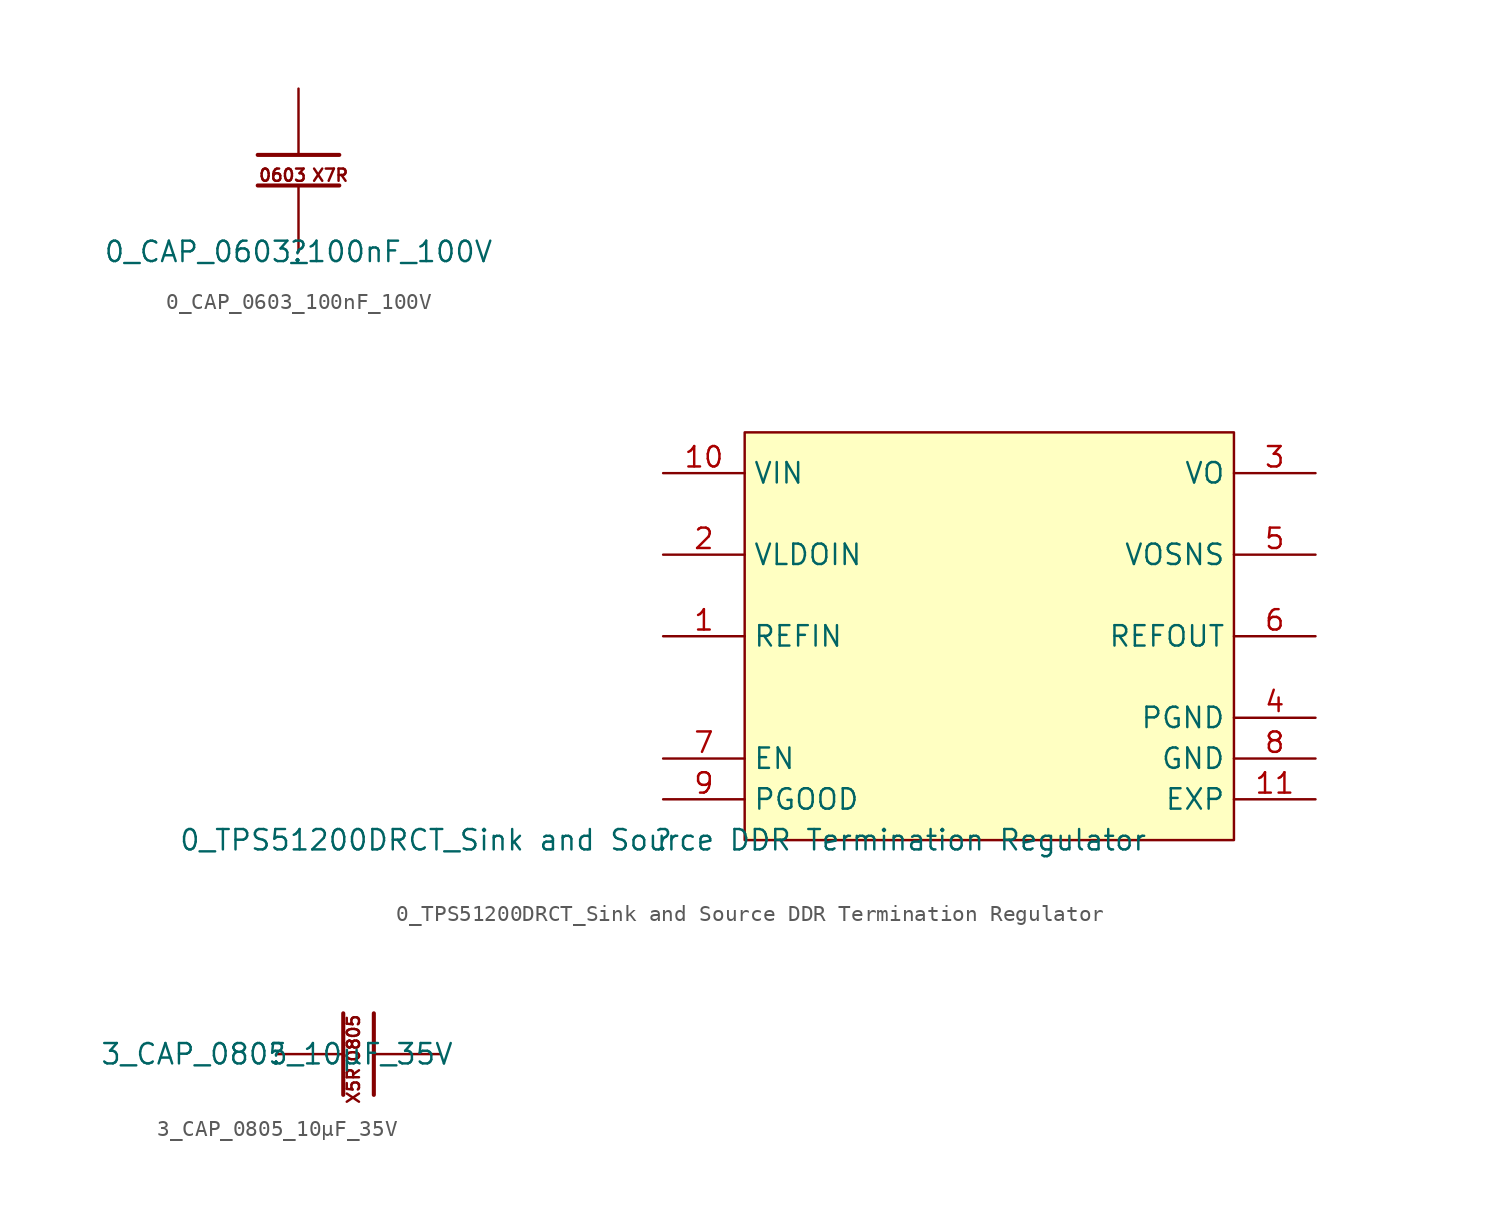
<source format=kicad_sym>
(kicad_symbol_lib
  (version 20211014)
  (generator kicad_symbol_editor)
  (symbol "0_CAP_0603_100nF_100V"
    (property "Reference" ""
      (at 0 0 0)
      (effects (font (size 1.27 1.27))))
    (property "Value" "0_CAP_0603_100nF_100V"
      (at 0 0 0)
      (effects (font (size 1.27 1.27))))
    (symbol "0_CAP_0603_100nF_100V_1_0"
      (polyline (pts (xy -2.54 4.128) (xy 2.54 4.128)) (stroke (width 0.254) (type default) (color 0 0 0 0)) (fill (type none)))
      (polyline (pts (xy -2.54 6.033) (xy 2.54 6.033)) (stroke (width 0.254) (type default) (color 0 0 0 0)) (fill (type none)))
      (text "0603" (at -2.54 4.318 0) (effects (font (size 0.762 0.762)) (justify left bottom)))
      (text "X7R" (at 0.762 4.318 0) (effects (font (size 0.762 0.762)) (justify left bottom)))
      (pin passive line (at 0 10.16 270) (length 4.064) (name "1" (effects (font (size 0 0)))) (number "1" (effects (font (size 0 0)))))
      (pin passive line (at 0 0 90) (length 4.064) (name "2" (effects (font (size 0 0)))) (number "2" (effects (font (size 0 0)))))))
  (symbol "0_TPS51200DRCT_Sink and Source DDR Termination Regulator"
    (property "Reference" ""
      (at 0 0 0)
      (effects (font (size 1.27 1.27))))
    (property "Value" "0_TPS51200DRCT_Sink and Source DDR Termination Regulator"
      (at 0 0 0)
      (effects (font (size 1.27 1.27))))
    (symbol "0_TPS51200DRCT_Sink and Source DDR Termination Regulator_1_0"
      (rectangle (start 35.56 25.4) (end 5.08 0) (stroke (width 0) (type default) (color 0 0 0 0)) (fill (type background)))
      (pin passive line (at 0 12.7 0) (length 5.08) (name "REFIN" (effects (font (size 1.27 1.27)))) (number "1" (effects (font (size 1.27 1.27)))))
      (pin passive line (at 0 22.86 0) (length 5.08) (name "VIN" (effects (font (size 1.27 1.27)))) (number "10" (effects (font (size 1.27 1.27)))))
      (pin passive line (at 40.64 2.54 180) (length 5.08) (name "EXP" (effects (font (size 1.27 1.27)))) (number "11" (effects (font (size 1.27 1.27)))))
      (pin passive line (at 0 17.78 0) (length 5.08) (name "VLDOIN" (effects (font (size 1.27 1.27)))) (number "2" (effects (font (size 1.27 1.27)))))
      (pin passive line (at 40.64 22.86 180) (length 5.08) (name "VO" (effects (font (size 1.27 1.27)))) (number "3" (effects (font (size 1.27 1.27)))))
      (pin passive line (at 40.64 7.62 180) (length 5.08) (name "PGND" (effects (font (size 1.27 1.27)))) (number "4" (effects (font (size 1.27 1.27)))))
      (pin passive line (at 40.64 17.78 180) (length 5.08) (name "VOSNS" (effects (font (size 1.27 1.27)))) (number "5" (effects (font (size 1.27 1.27)))))
      (pin passive line (at 40.64 12.7 180) (length 5.08) (name "REFOUT" (effects (font (size 1.27 1.27)))) (number "6" (effects (font (size 1.27 1.27)))))
      (pin passive line (at 0 5.08 0) (length 5.08) (name "EN" (effects (font (size 1.27 1.27)))) (number "7" (effects (font (size 1.27 1.27)))))
      (pin passive line (at 40.64 5.08 180) (length 5.08) (name "GND" (effects (font (size 1.27 1.27)))) (number "8" (effects (font (size 1.27 1.27)))))
      (pin passive line (at 0 2.54 0) (length 5.08) (name "PGOOD" (effects (font (size 1.27 1.27)))) (number "9" (effects (font (size 1.27 1.27)))))))
  (symbol "3_CAP_0805_10µF_35V"
    (property "Reference" ""
      (at 0 0 0)
      (effects (font (size 1.27 1.27))))
    (property "Value" "3_CAP_0805_10µF_35V"
      (at 0 0 0)
      (effects (font (size 1.27 1.27))))
    (symbol "3_CAP_0805_10µF_35V_1_0"
      (polyline (pts (xy 4.128 2.54) (xy 4.128 -2.54)) (stroke (width 0.254) (type default) (color 0 0 0 0)) (fill (type none)))
      (polyline (pts (xy 6.033 2.54) (xy 6.033 -2.54)) (stroke (width 0.254) (type default) (color 0 0 0 0)) (fill (type none)))
      (text "0805" (at 4.318 2.54 900) (effects (font (size 0.762 0.762)) (justify right top)))
      (text "X5R" (at 4.318 -0.762 900) (effects (font (size 0.762 0.762)) (justify right top)))
      (pin passive line (at 10.16 0 180) (length 4.064) (name "1" (effects (font (size 0 0)))) (number "1" (effects (font (size 0 0)))))
      (pin passive line (at 0 0 0) (length 4.064) (name "2" (effects (font (size 0 0)))) (number "2" (effects (font (size 0 0))))))))
</source>
